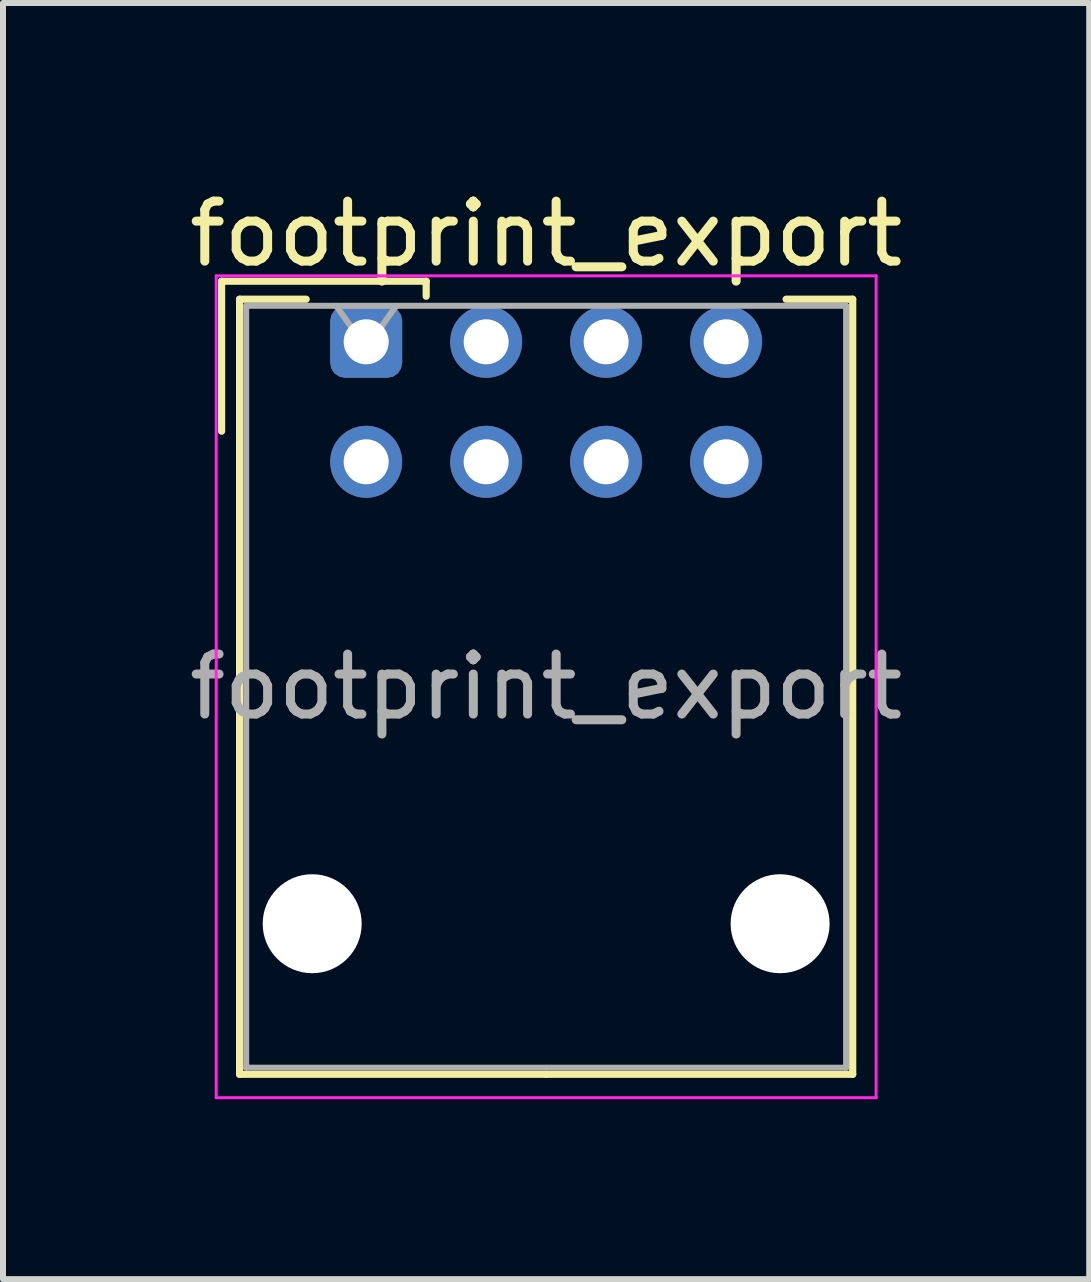
<source format=kicad_pcb>
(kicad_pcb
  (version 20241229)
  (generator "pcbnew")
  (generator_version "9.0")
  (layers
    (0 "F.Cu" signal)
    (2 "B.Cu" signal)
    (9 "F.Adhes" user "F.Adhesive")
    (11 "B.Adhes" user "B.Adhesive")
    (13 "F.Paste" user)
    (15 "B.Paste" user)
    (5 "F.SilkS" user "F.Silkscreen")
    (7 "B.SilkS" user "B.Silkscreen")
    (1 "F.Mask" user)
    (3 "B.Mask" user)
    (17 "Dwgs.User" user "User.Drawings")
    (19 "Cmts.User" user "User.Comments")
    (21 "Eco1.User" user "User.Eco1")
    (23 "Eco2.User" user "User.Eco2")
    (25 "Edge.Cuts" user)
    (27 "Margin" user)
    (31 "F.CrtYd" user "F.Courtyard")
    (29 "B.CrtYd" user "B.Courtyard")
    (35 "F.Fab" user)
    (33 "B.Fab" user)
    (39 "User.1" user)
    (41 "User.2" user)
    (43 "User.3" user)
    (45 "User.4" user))
  (footprint "footprint_export"
    (layer "F.Cu")
    (at 3.054 2.648)
    (property "Reference" "footprint_export" (at 3 -1.8 0) (layer "F.SilkS") (effects (font (size 1 1) (thickness 0.15))))
    (attr through_hole)
    (fp_line (start -2.41 -1.01) (end -2.41 1.49) (stroke (width 0.12) (type solid)) (layer "F.SilkS"))
    (fp_line (start -2.11 -0.71) (end -2.11 12.21) (stroke (width 0.12) (type solid)) (layer "F.SilkS"))
    (fp_line (start -2.11 12.21) (end 3 12.21) (stroke (width 0.12) (type solid)) (layer "F.SilkS"))
    (fp_line (start -1 -0.71) (end -2.11 -0.71) (stroke (width 0.12) (type solid)) (layer "F.SilkS"))
    (fp_line (start 1 -1.01) (end -2.41 -1.01) (stroke (width 0.12) (type solid)) (layer "F.SilkS"))
    (fp_line (start 1 -0.76) (end 1 -1.01) (stroke (width 0.12) (type solid)) (layer "F.SilkS"))
    (fp_line (start 7 -0.71) (end 8.11 -0.71) (stroke (width 0.12) (type solid)) (layer "F.SilkS"))
    (fp_line (start 8.11 -0.71) (end 8.11 12.21) (stroke (width 0.12) (type solid)) (layer "F.SilkS"))
    (fp_line (start 8.11 12.21) (end 3 12.21) (stroke (width 0.12) (type solid)) (layer "F.SilkS"))
    (fp_line (start -2.5 -1.1) (end -2.5 12.6) (stroke (width 0.05) (type solid)) (layer "F.CrtYd"))
    (fp_line (start -2.5 12.6) (end 8.5 12.6) (stroke (width 0.05) (type solid)) (layer "F.CrtYd"))
    (fp_line (start 8.5 -1.1) (end -2.5 -1.1) (stroke (width 0.05) (type solid)) (layer "F.CrtYd"))
    (fp_line (start 8.5 12.6) (end 8.5 -1.1) (stroke (width 0.05) (type solid)) (layer "F.CrtYd"))
    (fp_line (start -2 -0.6) (end -2 12.1) (stroke (width 0.1) (type solid)) (layer "F.Fab"))
    (fp_line (start -2 12.1) (end 8 12.1) (stroke (width 0.1) (type solid)) (layer "F.Fab"))
    (fp_line (start 0 0.107) (end -0.5 -0.6) (stroke (width 0.1) (type solid)) (layer "F.Fab"))
    (fp_line (start 0.5 -0.6) (end 0 0.107) (stroke (width 0.1) (type solid)) (layer "F.Fab"))
    (fp_line (start 8 -0.6) (end -2 -0.6) (stroke (width 0.1) (type solid)) (layer "F.Fab"))
    (fp_line (start 8 12.1) (end 8 -0.6) (stroke (width 0.1) (type solid)) (layer "F.Fab"))
    (fp_text user "${REFERENCE}" (at 3 5.75 0) (layer "F.Fab") (effects (font (size 1 1) (thickness 0.15))))
    (pad "" np_thru_hole circle (at -0.9 9.7) (size 1.65 1.65) (drill 1.65) (layers "*.Cu" "*.Mask"))
    (pad "" np_thru_hole circle (at 6.9 9.7) (size 1.65 1.65) (drill 1.65) (layers "*.Cu" "*.Mask"))
    (pad "1" thru_hole roundrect (at 0 0) (size 1.2 1.2) (drill 0.75) (layers "*.Cu" "*.Mask") (roundrect_rratio 0.208))
    (pad "2" thru_hole circle (at 0 2) (size 1.2 1.2) (drill 0.75) (layers "*.Cu" "*.Mask"))
    (pad "3" thru_hole circle (at 2 0) (size 1.2 1.2) (drill 0.75) (layers "*.Cu" "*.Mask"))
    (pad "4" thru_hole circle (at 2 2) (size 1.2 1.2) (drill 0.75) (layers "*.Cu" "*.Mask"))
    (pad "5" thru_hole circle (at 4 0) (size 1.2 1.2) (drill 0.75) (layers "*.Cu" "*.Mask"))
    (pad "6" thru_hole circle (at 4 2) (size 1.2 1.2) (drill 0.75) (layers "*.Cu" "*.Mask"))
    (pad "7" thru_hole circle (at 6 0) (size 1.2 1.2) (drill 0.75) (layers "*.Cu" "*.Mask"))
    (pad "8" thru_hole circle (at 6 2) (size 1.2 1.2) (drill 0.75) (layers "*.Cu" "*.Mask")))
  (gr_rect
    (start -3 -3)
    (end 15.107 18.273)
    (stroke (width 0.1) (type default))
    (fill no)
    (layer "Edge.Cuts")))
</source>
